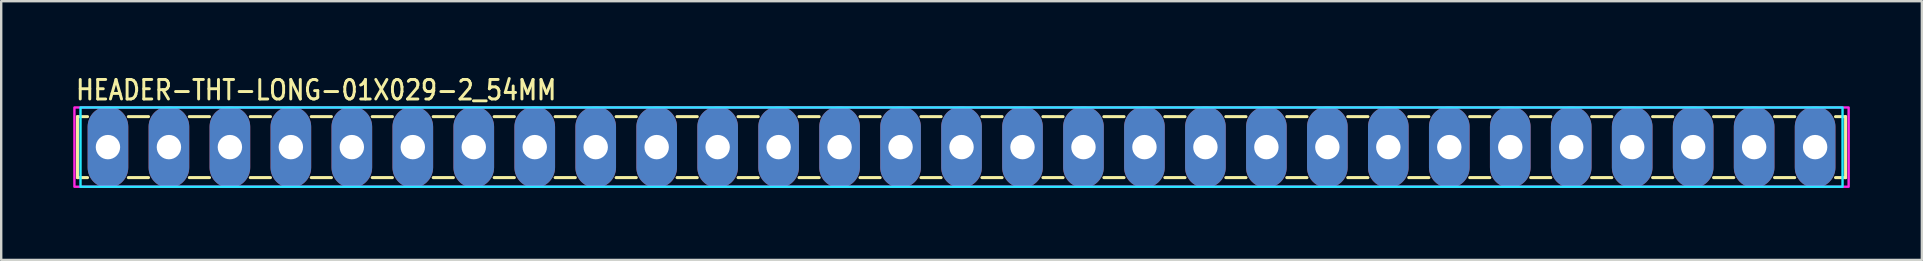
<source format=kicad_pcb>
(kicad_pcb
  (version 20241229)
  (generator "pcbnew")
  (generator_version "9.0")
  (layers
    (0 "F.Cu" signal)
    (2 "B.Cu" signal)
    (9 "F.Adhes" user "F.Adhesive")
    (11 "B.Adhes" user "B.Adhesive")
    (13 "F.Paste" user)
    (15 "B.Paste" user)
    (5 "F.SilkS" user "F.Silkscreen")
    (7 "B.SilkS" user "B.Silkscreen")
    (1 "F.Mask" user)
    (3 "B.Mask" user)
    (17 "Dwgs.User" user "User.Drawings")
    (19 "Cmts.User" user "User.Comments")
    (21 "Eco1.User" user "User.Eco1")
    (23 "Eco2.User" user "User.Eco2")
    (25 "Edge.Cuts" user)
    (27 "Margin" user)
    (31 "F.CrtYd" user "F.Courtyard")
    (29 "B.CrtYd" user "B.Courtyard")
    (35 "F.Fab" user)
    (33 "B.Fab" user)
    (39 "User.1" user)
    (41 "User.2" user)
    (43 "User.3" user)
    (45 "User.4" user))
  (footprint "HEADER-THT-LONG-01X029-2_54MM"
    (layer "F.Cu")
    (at 1.447 3.079)
    (property "Reference" "HEADER-THT-LONG-01X029-2_54MM" (at -1.4 -1.9 0) (unlocked yes) (layer "F.SilkS") (effects (font (size 0.813 0.695) (thickness 0.122)) (justify left bottom)))
    (fp_line (start -1.27 -1.27) (end -1.27 1.27) (stroke (width 0.127) (type solid)) (layer "F.SilkS"))
    (fp_line (start -1.27 1.27) (end -0.85 1.27) (stroke (width 0.127) (type solid)) (layer "F.SilkS"))
    (fp_line (start -0.85 -1.27) (end -1.27 -1.27) (stroke (width 0.127) (type solid)) (layer "F.SilkS"))
    (fp_line (start 0.85 -1.27) (end 1.69 -1.27) (stroke (width 0.127) (type solid)) (layer "F.SilkS"))
    (fp_line (start 0.85 1.27) (end 1.69 1.27) (stroke (width 0.127) (type solid)) (layer "F.SilkS"))
    (fp_line (start 3.39 -1.27) (end 4.23 -1.27) (stroke (width 0.127) (type solid)) (layer "F.SilkS"))
    (fp_line (start 3.39 1.27) (end 4.23 1.27) (stroke (width 0.127) (type solid)) (layer "F.SilkS"))
    (fp_line (start 5.93 -1.27) (end 6.77 -1.27) (stroke (width 0.127) (type solid)) (layer "F.SilkS"))
    (fp_line (start 5.93 1.27) (end 6.77 1.27) (stroke (width 0.127) (type solid)) (layer "F.SilkS"))
    (fp_line (start 8.47 -1.27) (end 9.31 -1.27) (stroke (width 0.127) (type solid)) (layer "F.SilkS"))
    (fp_line (start 8.47 1.27) (end 9.31 1.27) (stroke (width 0.127) (type solid)) (layer "F.SilkS"))
    (fp_line (start 11.01 -1.27) (end 11.85 -1.27) (stroke (width 0.127) (type solid)) (layer "F.SilkS"))
    (fp_line (start 11.01 1.27) (end 11.85 1.27) (stroke (width 0.127) (type solid)) (layer "F.SilkS"))
    (fp_line (start 13.55 -1.27) (end 14.39 -1.27) (stroke (width 0.127) (type solid)) (layer "F.SilkS"))
    (fp_line (start 13.55 1.27) (end 14.39 1.27) (stroke (width 0.127) (type solid)) (layer "F.SilkS"))
    (fp_line (start 16.09 -1.27) (end 16.93 -1.27) (stroke (width 0.127) (type solid)) (layer "F.SilkS"))
    (fp_line (start 16.09 1.27) (end 16.93 1.27) (stroke (width 0.127) (type solid)) (layer "F.SilkS"))
    (fp_line (start 18.63 -1.27) (end 19.47 -1.27) (stroke (width 0.127) (type solid)) (layer "F.SilkS"))
    (fp_line (start 18.63 1.27) (end 19.47 1.27) (stroke (width 0.127) (type solid)) (layer "F.SilkS"))
    (fp_line (start 21.17 -1.27) (end 22.01 -1.27) (stroke (width 0.127) (type solid)) (layer "F.SilkS"))
    (fp_line (start 21.17 1.27) (end 22.01 1.27) (stroke (width 0.127) (type solid)) (layer "F.SilkS"))
    (fp_line (start 23.71 -1.27) (end 24.55 -1.27) (stroke (width 0.127) (type solid)) (layer "F.SilkS"))
    (fp_line (start 23.71 1.27) (end 24.55 1.27) (stroke (width 0.127) (type solid)) (layer "F.SilkS"))
    (fp_line (start 26.25 -1.27) (end 27.09 -1.27) (stroke (width 0.127) (type solid)) (layer "F.SilkS"))
    (fp_line (start 26.25 1.27) (end 27.09 1.27) (stroke (width 0.127) (type solid)) (layer "F.SilkS"))
    (fp_line (start 28.79 -1.27) (end 29.63 -1.27) (stroke (width 0.127) (type solid)) (layer "F.SilkS"))
    (fp_line (start 28.79 1.27) (end 29.63 1.27) (stroke (width 0.127) (type solid)) (layer "F.SilkS"))
    (fp_line (start 31.33 -1.27) (end 32.17 -1.27) (stroke (width 0.127) (type solid)) (layer "F.SilkS"))
    (fp_line (start 31.33 1.27) (end 32.17 1.27) (stroke (width 0.127) (type solid)) (layer "F.SilkS"))
    (fp_line (start 33.87 -1.27) (end 34.71 -1.27) (stroke (width 0.127) (type solid)) (layer "F.SilkS"))
    (fp_line (start 33.87 1.27) (end 34.71 1.27) (stroke (width 0.127) (type solid)) (layer "F.SilkS"))
    (fp_line (start 36.41 -1.27) (end 37.25 -1.27) (stroke (width 0.127) (type solid)) (layer "F.SilkS"))
    (fp_line (start 36.41 1.27) (end 37.25 1.27) (stroke (width 0.127) (type solid)) (layer "F.SilkS"))
    (fp_line (start 38.95 -1.27) (end 39.79 -1.27) (stroke (width 0.127) (type solid)) (layer "F.SilkS"))
    (fp_line (start 38.95 1.27) (end 39.79 1.27) (stroke (width 0.127) (type solid)) (layer "F.SilkS"))
    (fp_line (start 41.49 -1.27) (end 42.33 -1.27) (stroke (width 0.127) (type solid)) (layer "F.SilkS"))
    (fp_line (start 41.49 1.27) (end 42.33 1.27) (stroke (width 0.127) (type solid)) (layer "F.SilkS"))
    (fp_line (start 44.03 -1.27) (end 44.87 -1.27) (stroke (width 0.127) (type solid)) (layer "F.SilkS"))
    (fp_line (start 44.03 1.27) (end 44.87 1.27) (stroke (width 0.127) (type solid)) (layer "F.SilkS"))
    (fp_line (start 46.57 -1.27) (end 47.41 -1.27) (stroke (width 0.127) (type solid)) (layer "F.SilkS"))
    (fp_line (start 46.57 1.27) (end 47.41 1.27) (stroke (width 0.127) (type solid)) (layer "F.SilkS"))
    (fp_line (start 49.11 -1.27) (end 49.95 -1.27) (stroke (width 0.127) (type solid)) (layer "F.SilkS"))
    (fp_line (start 49.11 1.27) (end 49.95 1.27) (stroke (width 0.127) (type solid)) (layer "F.SilkS"))
    (fp_line (start 51.65 -1.27) (end 52.49 -1.27) (stroke (width 0.127) (type solid)) (layer "F.SilkS"))
    (fp_line (start 51.65 1.27) (end 52.49 1.27) (stroke (width 0.127) (type solid)) (layer "F.SilkS"))
    (fp_line (start 54.19 -1.27) (end 55.03 -1.27) (stroke (width 0.127) (type solid)) (layer "F.SilkS"))
    (fp_line (start 54.19 1.27) (end 55.03 1.27) (stroke (width 0.127) (type solid)) (layer "F.SilkS"))
    (fp_line (start 56.73 -1.27) (end 57.57 -1.27) (stroke (width 0.127) (type solid)) (layer "F.SilkS"))
    (fp_line (start 56.73 1.27) (end 57.57 1.27) (stroke (width 0.127) (type solid)) (layer "F.SilkS"))
    (fp_line (start 59.27 -1.27) (end 60.11 -1.27) (stroke (width 0.127) (type solid)) (layer "F.SilkS"))
    (fp_line (start 59.27 1.27) (end 60.11 1.27) (stroke (width 0.127) (type solid)) (layer "F.SilkS"))
    (fp_line (start 61.81 -1.27) (end 62.65 -1.27) (stroke (width 0.127) (type solid)) (layer "F.SilkS"))
    (fp_line (start 61.81 1.27) (end 62.65 1.27) (stroke (width 0.127) (type solid)) (layer "F.SilkS"))
    (fp_line (start 64.35 -1.27) (end 65.19 -1.27) (stroke (width 0.127) (type solid)) (layer "F.SilkS"))
    (fp_line (start 64.35 1.27) (end 65.19 1.27) (stroke (width 0.127) (type solid)) (layer "F.SilkS"))
    (fp_line (start 66.89 -1.27) (end 67.73 -1.27) (stroke (width 0.127) (type solid)) (layer "F.SilkS"))
    (fp_line (start 66.89 1.27) (end 67.73 1.27) (stroke (width 0.127) (type solid)) (layer "F.SilkS"))
    (fp_line (start 69.43 -1.27) (end 70.27 -1.27) (stroke (width 0.127) (type solid)) (layer "F.SilkS"))
    (fp_line (start 69.43 1.27) (end 70.27 1.27) (stroke (width 0.127) (type solid)) (layer "F.SilkS"))
    (fp_line (start 71.97 -1.27) (end 72.39 -1.27) (stroke (width 0.127) (type solid)) (layer "F.SilkS"))
    (fp_line (start 72.39 -1.27) (end 72.39 1.27) (stroke (width 0.127) (type solid)) (layer "F.SilkS"))
    (fp_line (start 72.39 1.27) (end 71.97 1.27) (stroke (width 0.127) (type solid)) (layer "F.SilkS"))
    (fp_poly (pts (xy -1.143 -1.651) (xy 72.263 -1.651) (xy 72.263 1.651) (xy -1.143 1.651)) (stroke (width 0.1) (type solid)) (fill no) (layer "B.CrtYd"))
    (fp_poly (pts (xy -1.397 -1.651) (xy 72.517 -1.651) (xy 72.517 1.651) (xy -1.397 1.651)) (stroke (width 0.1) (type solid)) (fill no) (layer "F.CrtYd"))
    (pad "1" thru_hole oval (at 0 0 90) (size 3.387 1.693) (drill 1.016) (layers "*.Cu" "*.Mask"))
    (pad "2" thru_hole oval (at 2.54 0 90) (size 3.387 1.693) (drill 1.016) (layers "*.Cu" "*.Mask"))
    (pad "3" thru_hole oval (at 5.08 0 90) (size 3.387 1.693) (drill 1.016) (layers "*.Cu" "*.Mask"))
    (pad "4" thru_hole oval (at 7.62 0 90) (size 3.387 1.693) (drill 1.016) (layers "*.Cu" "*.Mask"))
    (pad "5" thru_hole oval (at 10.16 0 90) (size 3.387 1.693) (drill 1.016) (layers "*.Cu" "*.Mask"))
    (pad "6" thru_hole oval (at 12.7 0 90) (size 3.387 1.693) (drill 1.016) (layers "*.Cu" "*.Mask"))
    (pad "7" thru_hole oval (at 15.24 0 90) (size 3.387 1.693) (drill 1.016) (layers "*.Cu" "*.Mask"))
    (pad "8" thru_hole oval (at 17.78 0 90) (size 3.387 1.693) (drill 1.016) (layers "*.Cu" "*.Mask"))
    (pad "9" thru_hole oval (at 20.32 0 90) (size 3.387 1.693) (drill 1.016) (layers "*.Cu" "*.Mask"))
    (pad "10" thru_hole oval (at 22.86 0 90) (size 3.387 1.693) (drill 1.016) (layers "*.Cu" "*.Mask"))
    (pad "11" thru_hole oval (at 25.4 0 90) (size 3.387 1.693) (drill 1.016) (layers "*.Cu" "*.Mask"))
    (pad "12" thru_hole oval (at 27.94 0 90) (size 3.387 1.693) (drill 1.016) (layers "*.Cu" "*.Mask"))
    (pad "13" thru_hole oval (at 30.48 0 90) (size 3.387 1.693) (drill 1.016) (layers "*.Cu" "*.Mask"))
    (pad "14" thru_hole oval (at 33.02 0 90) (size 3.387 1.693) (drill 1.016) (layers "*.Cu" "*.Mask"))
    (pad "15" thru_hole oval (at 35.56 0 90) (size 3.387 1.693) (drill 1.016) (layers "*.Cu" "*.Mask"))
    (pad "16" thru_hole oval (at 38.1 0 90) (size 3.387 1.693) (drill 1.016) (layers "*.Cu" "*.Mask"))
    (pad "17" thru_hole oval (at 40.64 0 90) (size 3.387 1.693) (drill 1.016) (layers "*.Cu" "*.Mask"))
    (pad "18" thru_hole oval (at 43.18 0 90) (size 3.387 1.693) (drill 1.016) (layers "*.Cu" "*.Mask"))
    (pad "19" thru_hole oval (at 45.72 0 90) (size 3.387 1.693) (drill 1.016) (layers "*.Cu" "*.Mask"))
    (pad "20" thru_hole oval (at 48.26 0 90) (size 3.387 1.693) (drill 1.016) (layers "*.Cu" "*.Mask"))
    (pad "21" thru_hole oval (at 50.8 0 90) (size 3.387 1.693) (drill 1.016) (layers "*.Cu" "*.Mask"))
    (pad "22" thru_hole oval (at 53.34 0 90) (size 3.387 1.693) (drill 1.016) (layers "*.Cu" "*.Mask"))
    (pad "23" thru_hole oval (at 55.88 0 90) (size 3.387 1.693) (drill 1.016) (layers "*.Cu" "*.Mask"))
    (pad "24" thru_hole oval (at 58.42 0 90) (size 3.387 1.693) (drill 1.016) (layers "*.Cu" "*.Mask"))
    (pad "25" thru_hole oval (at 60.96 0 90) (size 3.387 1.693) (drill 1.016) (layers "*.Cu" "*.Mask"))
    (pad "26" thru_hole oval (at 63.5 0 90) (size 3.387 1.693) (drill 1.016) (layers "*.Cu" "*.Mask"))
    (pad "27" thru_hole oval (at 66.04 0 90) (size 3.387 1.693) (drill 1.016) (layers "*.Cu" "*.Mask"))
    (pad "28" thru_hole oval (at 68.58 0 90) (size 3.387 1.693) (drill 1.016) (layers "*.Cu" "*.Mask"))
    (pad "29" thru_hole oval (at 71.12 0 90) (size 3.387 1.693) (drill 1.016) (layers "*.Cu" "*.Mask")))
  (gr_rect
    (start -3 -3)
    (end 77.014 7.78)
    (stroke (width 0.1) (type default))
    (fill no)
    (layer "Edge.Cuts")))
</source>
